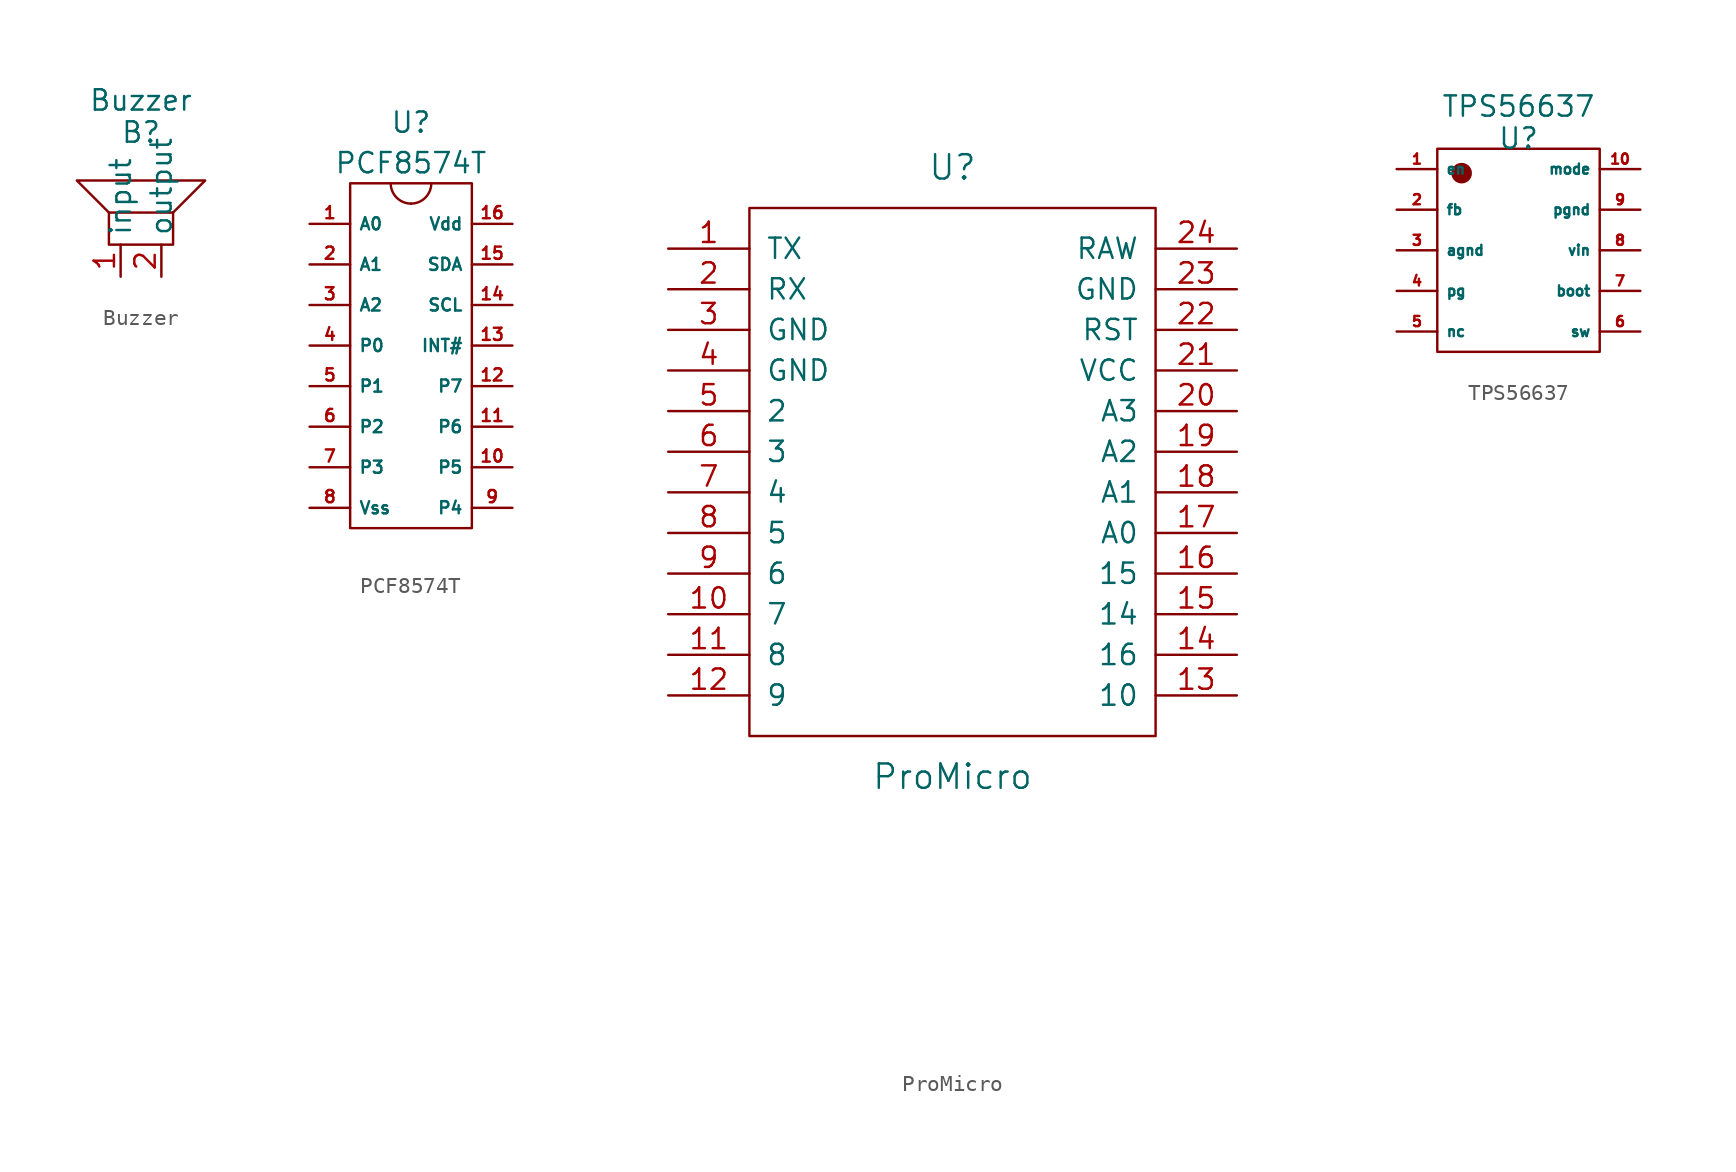
<source format=kicad_sym>
(kicad_symbol_lib
  (version 20211014)
  (generator kicad_symbol_editor)
  (symbol "Buzzer"
    (property "Reference" "B"
      (at 0 9 0)
      (effects (font (size 1.27 1.27))))
    (property "Value" "Buzzer"
      (at 0 11 0)
      (effects (font (size 1.27 1.27))))
    (symbol "Buzzer_0_1"
      (rectangle (start -2 4) (end 2 2) (stroke (width 0) (type default) (color 0 0 0 0)) (fill (type none)))
      (polyline (pts (xy -2 4) (xy -4 6) (xy 4 6) (xy 2 4)) (stroke (width 0) (type default) (color 0 0 0 0)) (fill (type none))))
    (symbol "Buzzer_1_1"
      (pin passive line (at -1.27 0 90) (length 2) (name "input" (effects (font (size 1.27 1.27)))) (number "1" (effects (font (size 1.27 1.27)))))
      (pin passive line (at 1.27 0 90) (length 2) (name "output" (effects (font (size 1.27 1.27)))) (number "2" (effects (font (size 1.27 1.27)))))))
  (symbol "PCF8574T"
    (property "Reference" "U"
      (at 0 10.16 0)
      (effects (font (size 1.27 1.27))))
    (property "Value" "PCF8574T"
      (at 0 7.62 0)
      (effects (font (size 1.27 1.27))))
    (symbol "PCF8574T_0_1"
      (rectangle (start -3.81 6.35) (end 3.81 -15.24) (stroke (width 0) (type default) (color 0 0 0 0)) (fill (type none)))
      (arc (start -1.27 6.35) (mid -0.898 5.452) (end 0 5.08) (stroke (width 0) (type default) (color 0 0 0 0)) (fill (type none)))
      (arc (start 0 5.08) (mid 0.898 5.452) (end 1.27 6.35) (stroke (width 0) (type default) (color 0 0 0 0)) (fill (type none))))
    (symbol "PCF8574T_1_1"
      (pin passive line (at -6.35 3.81 0) (length 2.54) (name "A0" (effects (font (size 0.762 0.762)))) (number "1" (effects (font (size 0.762 0.762)))))
      (pin passive line (at 6.35 -11.43 180) (length 2.54) (name "P5" (effects (font (size 0.762 0.762)))) (number "10" (effects (font (size 0.762 0.762)))))
      (pin passive line (at 6.35 -8.89 180) (length 2.54) (name "P6" (effects (font (size 0.762 0.762)))) (number "11" (effects (font (size 0.762 0.762)))))
      (pin passive line (at 6.35 -6.35 180) (length 2.54) (name "P7" (effects (font (size 0.762 0.762)))) (number "12" (effects (font (size 0.762 0.762)))))
      (pin passive line (at 6.35 -3.81 180) (length 2.54) (name "INT#" (effects (font (size 0.762 0.762)))) (number "13" (effects (font (size 0.762 0.762)))))
      (pin passive line (at 6.35 -1.27 180) (length 2.54) (name "SCL" (effects (font (size 0.762 0.762)))) (number "14" (effects (font (size 0.762 0.762)))))
      (pin passive line (at 6.35 1.27 180) (length 2.54) (name "SDA" (effects (font (size 0.762 0.762)))) (number "15" (effects (font (size 0.762 0.762)))))
      (pin passive line (at 6.35 3.81 180) (length 2.54) (name "Vdd" (effects (font (size 0.762 0.762)))) (number "16" (effects (font (size 0.762 0.762)))))
      (pin passive line (at -6.35 1.27 0) (length 2.54) (name "A1" (effects (font (size 0.762 0.762)))) (number "2" (effects (font (size 0.762 0.762)))))
      (pin passive line (at -6.35 -1.27 0) (length 2.54) (name "A2" (effects (font (size 0.762 0.762)))) (number "3" (effects (font (size 0.762 0.762)))))
      (pin passive line (at -6.35 -3.81 0) (length 2.54) (name "P0" (effects (font (size 0.762 0.762)))) (number "4" (effects (font (size 0.762 0.762)))))
      (pin passive line (at -6.35 -6.35 0) (length 2.54) (name "P1" (effects (font (size 0.762 0.762)))) (number "5" (effects (font (size 0.762 0.762)))))
      (pin passive line (at -6.35 -8.89 0) (length 2.54) (name "P2" (effects (font (size 0.762 0.762)))) (number "6" (effects (font (size 0.762 0.762)))))
      (pin passive line (at -6.35 -11.43 0) (length 2.54) (name "P3" (effects (font (size 0.762 0.762)))) (number "7" (effects (font (size 0.762 0.762)))))
      (pin passive line (at -6.35 -13.97 0) (length 2.54) (name "Vss" (effects (font (size 0.762 0.762)))) (number "8" (effects (font (size 0.762 0.762)))))
      (pin passive line (at 6.35 -13.97 180) (length 2.54) (name "P4" (effects (font (size 0.762 0.762)))) (number "9" (effects (font (size 0.762 0.762)))))))
  (symbol "ProMicro"
    (pin_names
      (offset 1.016))
    (property "Reference" "U"
      (at 0 24.13 0)
      (effects (font (size 1.524 1.524))))
    (property "Value" "ProMicro"
      (at 0 -13.97 0)
      (effects (font (size 1.524 1.524))))
    (property "Footprint" ""
      (at 2.54 -26.67 0)
      (effects (font (size 1.524 1.524))))
    (property "Datasheet" ""
      (at 2.54 -26.67 0)
      (effects (font (size 1.524 1.524))))
    (symbol "ProMicro_0_1"
      (rectangle (start -12.7 21.59) (end 12.7 -11.43) (stroke (width 0) (type default) (color 0 0 0 0)) (fill (type none))))
    (symbol "ProMicro_1_1"
      (pin bidirectional line (at -17.78 19.05 0) (length 5.08) (name "TX" (effects (font (size 1.27 1.27)))) (number "1" (effects (font (size 1.27 1.27)))))
      (pin bidirectional line (at -17.78 -3.81 0) (length 5.08) (name "7" (effects (font (size 1.27 1.27)))) (number "10" (effects (font (size 1.27 1.27)))))
      (pin bidirectional line (at -17.78 -6.35 0) (length 5.08) (name "8" (effects (font (size 1.27 1.27)))) (number "11" (effects (font (size 1.27 1.27)))))
      (pin bidirectional line (at -17.78 -8.89 0) (length 5.08) (name "9" (effects (font (size 1.27 1.27)))) (number "12" (effects (font (size 1.27 1.27)))))
      (pin bidirectional line (at 17.78 -8.89 180) (length 5.08) (name "10" (effects (font (size 1.27 1.27)))) (number "13" (effects (font (size 1.27 1.27)))))
      (pin bidirectional line (at 17.78 -6.35 180) (length 5.08) (name "16" (effects (font (size 1.27 1.27)))) (number "14" (effects (font (size 1.27 1.27)))))
      (pin bidirectional line (at 17.78 -3.81 180) (length 5.08) (name "14" (effects (font (size 1.27 1.27)))) (number "15" (effects (font (size 1.27 1.27)))))
      (pin bidirectional line (at 17.78 -1.27 180) (length 5.08) (name "15" (effects (font (size 1.27 1.27)))) (number "16" (effects (font (size 1.27 1.27)))))
      (pin bidirectional line (at 17.78 1.27 180) (length 5.08) (name "A0" (effects (font (size 1.27 1.27)))) (number "17" (effects (font (size 1.27 1.27)))))
      (pin bidirectional line (at 17.78 3.81 180) (length 5.08) (name "A1" (effects (font (size 1.27 1.27)))) (number "18" (effects (font (size 1.27 1.27)))))
      (pin bidirectional line (at 17.78 6.35 180) (length 5.08) (name "A2" (effects (font (size 1.27 1.27)))) (number "19" (effects (font (size 1.27 1.27)))))
      (pin bidirectional line (at -17.78 16.51 0) (length 5.08) (name "RX" (effects (font (size 1.27 1.27)))) (number "2" (effects (font (size 1.27 1.27)))))
      (pin bidirectional line (at 17.78 8.89 180) (length 5.08) (name "A3" (effects (font (size 1.27 1.27)))) (number "20" (effects (font (size 1.27 1.27)))))
      (pin power_in line (at 17.78 11.43 180) (length 5.08) (name "VCC" (effects (font (size 1.27 1.27)))) (number "21" (effects (font (size 1.27 1.27)))))
      (pin input line (at 17.78 13.97 180) (length 5.08) (name "RST" (effects (font (size 1.27 1.27)))) (number "22" (effects (font (size 1.27 1.27)))))
      (pin power_in line (at 17.78 16.51 180) (length 5.08) (name "GND" (effects (font (size 1.27 1.27)))) (number "23" (effects (font (size 1.27 1.27)))))
      (pin power_out line (at 17.78 19.05 180) (length 5.08) (name "RAW" (effects (font (size 1.27 1.27)))) (number "24" (effects (font (size 1.27 1.27)))))
      (pin power_in line (at -17.78 13.97 0) (length 5.08) (name "GND" (effects (font (size 1.27 1.27)))) (number "3" (effects (font (size 1.27 1.27)))))
      (pin power_in line (at -17.78 11.43 0) (length 5.08) (name "GND" (effects (font (size 1.27 1.27)))) (number "4" (effects (font (size 1.27 1.27)))))
      (pin bidirectional line (at -17.78 8.89 0) (length 5.08) (name "2" (effects (font (size 1.27 1.27)))) (number "5" (effects (font (size 1.27 1.27)))))
      (pin bidirectional line (at -17.78 6.35 0) (length 5.08) (name "3" (effects (font (size 1.27 1.27)))) (number "6" (effects (font (size 1.27 1.27)))))
      (pin bidirectional line (at -17.78 3.81 0) (length 5.08) (name "4" (effects (font (size 1.27 1.27)))) (number "7" (effects (font (size 1.27 1.27)))))
      (pin bidirectional line (at -17.78 1.27 0) (length 5.08) (name "5" (effects (font (size 1.27 1.27)))) (number "8" (effects (font (size 1.27 1.27)))))
      (pin bidirectional line (at -17.78 -1.27 0) (length 5.08) (name "6" (effects (font (size 1.27 1.27)))) (number "9" (effects (font (size 1.27 1.27)))))))
  (symbol "TPS56637"
    (property "Reference" "U"
      (at 0 7 0)
      (effects (font (size 1.27 1.27))))
    (property "Value" "TPS56637"
      (at 0 9 0)
      (effects (font (size 1.27 1.27))))
    (symbol "TPS56637_0_1"
      (rectangle (start -5.08 6.35) (end 5.08 -6.35) (stroke (width 0) (type default) (color 0 0 0 0)) (fill (type none)))
      (circle (center -3.556 4.826) (radius 0.568) (stroke (width 0) (type default) (color 0 0 0 0)) (fill (type outline))))
    (symbol "TPS56637_1_1"
      (pin passive line (at -7.62 5.08 0) (length 2.54) (name "en" (effects (font (size 0.635 0.635)))) (number "1" (effects (font (size 0.635 0.635)))))
      (pin passive line (at 7.62 5.08 180) (length 2.54) (name "mode" (effects (font (size 0.635 0.635)))) (number "10" (effects (font (size 0.635 0.635)))))
      (pin passive line (at -7.62 2.54 0) (length 2.54) (name "fb" (effects (font (size 0.635 0.635)))) (number "2" (effects (font (size 0.635 0.635)))))
      (pin passive line (at -7.62 0 0) (length 2.54) (name "agnd" (effects (font (size 0.635 0.635)))) (number "3" (effects (font (size 0.635 0.635)))))
      (pin passive line (at -7.62 -2.54 0) (length 2.54) (name "pg" (effects (font (size 0.635 0.635)))) (number "4" (effects (font (size 0.635 0.635)))))
      (pin passive line (at -7.62 -5.08 0) (length 2.54) (name "nc" (effects (font (size 0.635 0.635)))) (number "5" (effects (font (size 0.635 0.635)))))
      (pin passive line (at 7.62 -5.08 180) (length 2.54) (name "sw" (effects (font (size 0.635 0.635)))) (number "6" (effects (font (size 0.635 0.635)))))
      (pin passive line (at 7.62 -2.54 180) (length 2.54) (name "boot" (effects (font (size 0.635 0.635)))) (number "7" (effects (font (size 0.635 0.635)))))
      (pin passive line (at 7.62 0 180) (length 2.54) (name "vin" (effects (font (size 0.635 0.635)))) (number "8" (effects (font (size 0.635 0.635)))))
      (pin passive line (at 7.62 2.54 180) (length 2.54) (name "pgnd" (effects (font (size 0.635 0.635)))) (number "9" (effects (font (size 0.635 0.635))))))))
</source>
